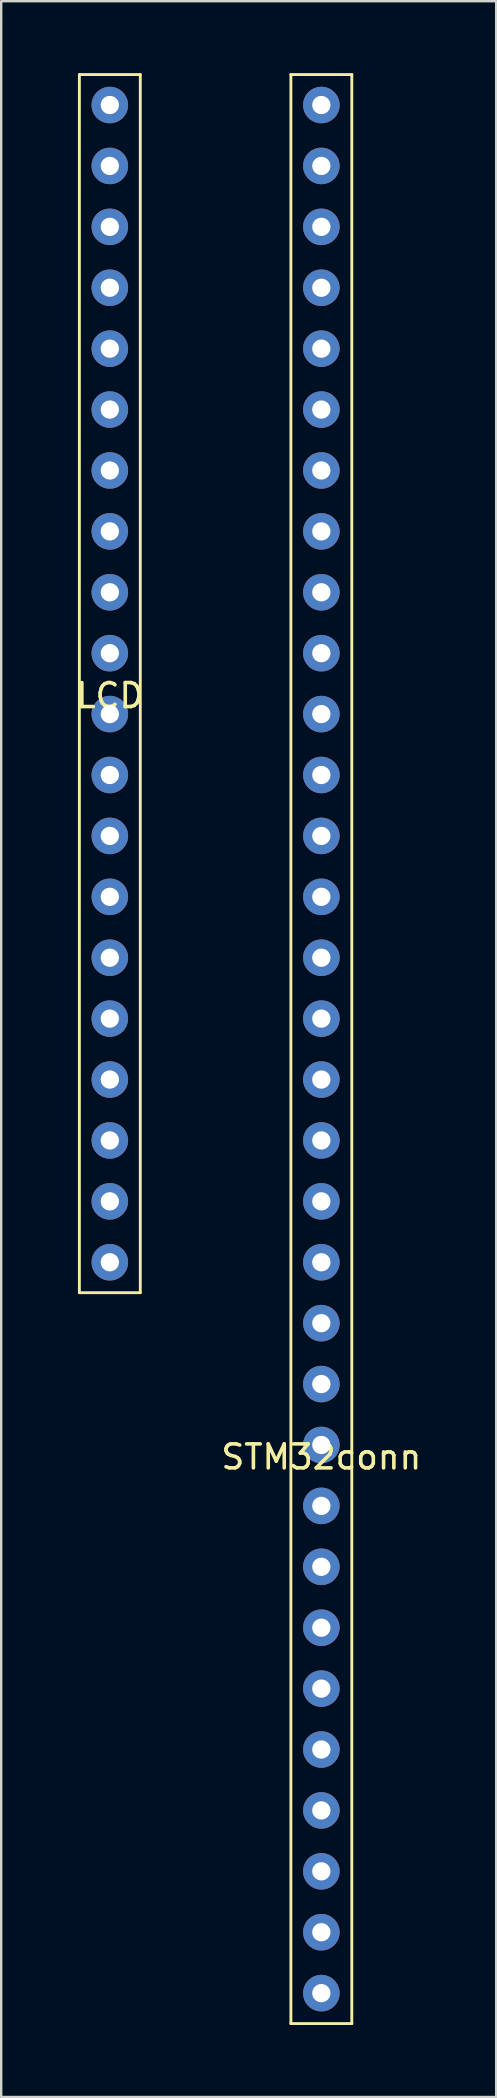
<source format=kicad_pcb>
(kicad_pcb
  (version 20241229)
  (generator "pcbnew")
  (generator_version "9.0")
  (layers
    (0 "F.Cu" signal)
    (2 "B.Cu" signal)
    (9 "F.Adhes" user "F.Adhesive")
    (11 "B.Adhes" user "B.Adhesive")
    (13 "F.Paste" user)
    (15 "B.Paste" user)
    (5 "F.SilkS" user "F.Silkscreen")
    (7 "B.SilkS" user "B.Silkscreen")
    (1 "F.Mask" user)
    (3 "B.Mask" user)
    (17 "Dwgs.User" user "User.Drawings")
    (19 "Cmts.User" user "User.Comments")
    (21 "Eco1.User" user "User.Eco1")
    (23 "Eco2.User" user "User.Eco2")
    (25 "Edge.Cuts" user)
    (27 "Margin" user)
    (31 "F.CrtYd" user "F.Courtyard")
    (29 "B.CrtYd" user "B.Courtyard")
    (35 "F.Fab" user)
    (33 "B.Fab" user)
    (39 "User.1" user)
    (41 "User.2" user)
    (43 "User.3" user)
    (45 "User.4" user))
  (footprint "LCD"
    (layer "F.Cu")
    (at 1.53 25.46)
    (property "Reference" "LCD" (at 0 0.5 0) (layer "F.SilkS") (effects (font (size 1 1) (thickness 0.15))))
    (attr through_hole)
    (fp_line (start -1.27 -25.4) (end 1.27 -25.4) (stroke (width 0.12) (type solid)) (layer "F.SilkS"))
    (fp_line (start -1.27 25.4) (end -1.27 -25.4) (stroke (width 0.12) (type solid)) (layer "F.SilkS"))
    (fp_line (start 1.27 -25.4) (end 1.27 25.4) (stroke (width 0.12) (type solid)) (layer "F.SilkS"))
    (fp_line (start 1.27 25.4) (end -1.27 25.4) (stroke (width 0.12) (type solid)) (layer "F.SilkS"))
    (pad "1" thru_hole circle (at 0 -24.13) (size 1.524 1.524) (drill 0.762) (layers "*.Cu" "*.Mask"))
    (pad "2" thru_hole circle (at 0 -21.59) (size 1.524 1.524) (drill 0.762) (layers "*.Cu" "*.Mask"))
    (pad "3" thru_hole circle (at 0 -19.05) (size 1.524 1.524) (drill 0.762) (layers "*.Cu" "*.Mask"))
    (pad "4" thru_hole circle (at 0 -16.51) (size 1.524 1.524) (drill 0.762) (layers "*.Cu" "*.Mask"))
    (pad "5" thru_hole circle (at 0 -13.97) (size 1.524 1.524) (drill 0.762) (layers "*.Cu" "*.Mask"))
    (pad "6" thru_hole circle (at 0 -11.43) (size 1.524 1.524) (drill 0.762) (layers "*.Cu" "*.Mask"))
    (pad "7" thru_hole circle (at 0 -8.89) (size 1.524 1.524) (drill 0.762) (layers "*.Cu" "*.Mask"))
    (pad "8" thru_hole circle (at 0 -6.35) (size 1.524 1.524) (drill 0.762) (layers "*.Cu" "*.Mask"))
    (pad "9" thru_hole circle (at 0 -3.81) (size 1.524 1.524) (drill 0.762) (layers "*.Cu" "*.Mask"))
    (pad "10" thru_hole circle (at 0 -1.27) (size 1.524 1.524) (drill 0.762) (layers "*.Cu" "*.Mask"))
    (pad "11" thru_hole circle (at 0 1.27) (size 1.524 1.524) (drill 0.762) (layers "*.Cu" "*.Mask"))
    (pad "12" thru_hole circle (at 0 3.81) (size 1.524 1.524) (drill 0.762) (layers "*.Cu" "*.Mask"))
    (pad "13" thru_hole circle (at 0 6.35) (size 1.524 1.524) (drill 0.762) (layers "*.Cu" "*.Mask"))
    (pad "14" thru_hole circle (at 0 8.89) (size 1.524 1.524) (drill 0.762) (layers "*.Cu" "*.Mask"))
    (pad "15" thru_hole circle (at 0 11.43) (size 1.524 1.524) (drill 0.762) (layers "*.Cu" "*.Mask"))
    (pad "16" thru_hole circle (at 0 13.97) (size 1.524 1.524) (drill 0.762) (layers "*.Cu" "*.Mask"))
    (pad "17" thru_hole circle (at 0 16.51) (size 1.524 1.524) (drill 0.762) (layers "*.Cu" "*.Mask"))
    (pad "18" thru_hole circle (at 0 19.05) (size 1.524 1.524) (drill 0.762) (layers "*.Cu" "*.Mask"))
    (pad "19" thru_hole circle (at 0 21.59) (size 1.524 1.524) (drill 0.762) (layers "*.Cu" "*.Mask"))
    (pad "20" thru_hole circle (at 0 24.13) (size 1.524 1.524) (drill 0.762) (layers "*.Cu" "*.Mask")))
  (footprint "STM32conn"
    (layer "F.Cu")
    (at 10.351 57.21)
    (property "Reference" "STM32conn" (at 0 0.5 0) (layer "F.SilkS") (effects (font (size 1 1) (thickness 0.15))))
    (attr through_hole)
    (fp_line (start -1.27 -57.15) (end 1.27 -57.15) (stroke (width 0.12) (type solid)) (layer "F.SilkS"))
    (fp_line (start -1.27 24.13) (end -1.27 -57.15) (stroke (width 0.12) (type solid)) (layer "F.SilkS"))
    (fp_line (start 1.27 -57.15) (end 1.27 24.13) (stroke (width 0.12) (type solid)) (layer "F.SilkS"))
    (fp_line (start 1.27 24.13) (end -1.27 24.13) (stroke (width 0.12) (type solid)) (layer "F.SilkS"))
    (pad "1" thru_hole circle (at 0 -55.88) (size 1.524 1.524) (drill 0.762) (layers "*.Cu" "*.Mask"))
    (pad "2" thru_hole circle (at 0 -53.34) (size 1.524 1.524) (drill 0.762) (layers "*.Cu" "*.Mask"))
    (pad "3" thru_hole circle (at 0 -50.8) (size 1.524 1.524) (drill 0.762) (layers "*.Cu" "*.Mask"))
    (pad "4" thru_hole circle (at 0 -48.26) (size 1.524 1.524) (drill 0.762) (layers "*.Cu" "*.Mask"))
    (pad "5" thru_hole circle (at 0 -45.72) (size 1.524 1.524) (drill 0.762) (layers "*.Cu" "*.Mask"))
    (pad "6" thru_hole circle (at 0 -43.18) (size 1.524 1.524) (drill 0.762) (layers "*.Cu" "*.Mask"))
    (pad "7" thru_hole circle (at 0 -40.64) (size 1.524 1.524) (drill 0.762) (layers "*.Cu" "*.Mask"))
    (pad "8" thru_hole circle (at 0 -38.1) (size 1.524 1.524) (drill 0.762) (layers "*.Cu" "*.Mask"))
    (pad "9" thru_hole circle (at 0 -35.56) (size 1.524 1.524) (drill 0.762) (layers "*.Cu" "*.Mask"))
    (pad "10" thru_hole circle (at 0 -33.02) (size 1.524 1.524) (drill 0.762) (layers "*.Cu" "*.Mask"))
    (pad "11" thru_hole circle (at 0 -30.48) (size 1.524 1.524) (drill 0.762) (layers "*.Cu" "*.Mask"))
    (pad "12" thru_hole circle (at 0 -27.94) (size 1.524 1.524) (drill 0.762) (layers "*.Cu" "*.Mask"))
    (pad "13" thru_hole circle (at 0 -25.4) (size 1.524 1.524) (drill 0.762) (layers "*.Cu" "*.Mask"))
    (pad "14" thru_hole circle (at 0 -22.86) (size 1.524 1.524) (drill 0.762) (layers "*.Cu" "*.Mask"))
    (pad "15" thru_hole circle (at 0 -20.32) (size 1.524 1.524) (drill 0.762) (layers "*.Cu" "*.Mask"))
    (pad "16" thru_hole circle (at 0 -17.78) (size 1.524 1.524) (drill 0.762) (layers "*.Cu" "*.Mask"))
    (pad "17" thru_hole circle (at 0 -15.24) (size 1.524 1.524) (drill 0.762) (layers "*.Cu" "*.Mask"))
    (pad "18" thru_hole circle (at 0 -12.7) (size 1.524 1.524) (drill 0.762) (layers "*.Cu" "*.Mask"))
    (pad "19" thru_hole circle (at 0 -10.16) (size 1.524 1.524) (drill 0.762) (layers "*.Cu" "*.Mask"))
    (pad "20" thru_hole circle (at 0 -7.62) (size 1.524 1.524) (drill 0.762) (layers "*.Cu" "*.Mask"))
    (pad "21" thru_hole circle (at 0 -5.08) (size 1.524 1.524) (drill 0.762) (layers "*.Cu" "*.Mask"))
    (pad "22" thru_hole circle (at 0 -2.54) (size 1.524 1.524) (drill 0.762) (layers "*.Cu" "*.Mask"))
    (pad "23" thru_hole circle (at 0 0) (size 1.524 1.524) (drill 0.762) (layers "*.Cu" "*.Mask"))
    (pad "24" thru_hole circle (at 0 2.54) (size 1.524 1.524) (drill 0.762) (layers "*.Cu" "*.Mask"))
    (pad "25" thru_hole circle (at 0 5.08) (size 1.524 1.524) (drill 0.762) (layers "*.Cu" "*.Mask"))
    (pad "26" thru_hole circle (at 0 7.62) (size 1.524 1.524) (drill 0.762) (layers "*.Cu" "*.Mask"))
    (pad "27" thru_hole circle (at 0 10.16) (size 1.524 1.524) (drill 0.762) (layers "*.Cu" "*.Mask"))
    (pad "28" thru_hole circle (at 0 12.7) (size 1.524 1.524) (drill 0.762) (layers "*.Cu" "*.Mask"))
    (pad "29" thru_hole circle (at 0 15.24) (size 1.524 1.524) (drill 0.762) (layers "*.Cu" "*.Mask"))
    (pad "30" thru_hole circle (at 0 17.78) (size 1.524 1.524) (drill 0.762) (layers "*.Cu" "*.Mask"))
    (pad "31" thru_hole circle (at 0 20.32) (size 1.524 1.524) (drill 0.762) (layers "*.Cu" "*.Mask"))
    (pad "32" thru_hole circle (at 0 22.86) (size 1.524 1.524) (drill 0.762) (layers "*.Cu" "*.Mask")))
  (gr_rect
    (start -3 -3)
    (end 17.643 84.4)
    (stroke (width 0.1) (type default))
    (fill no)
    (layer "Edge.Cuts")))
</source>
